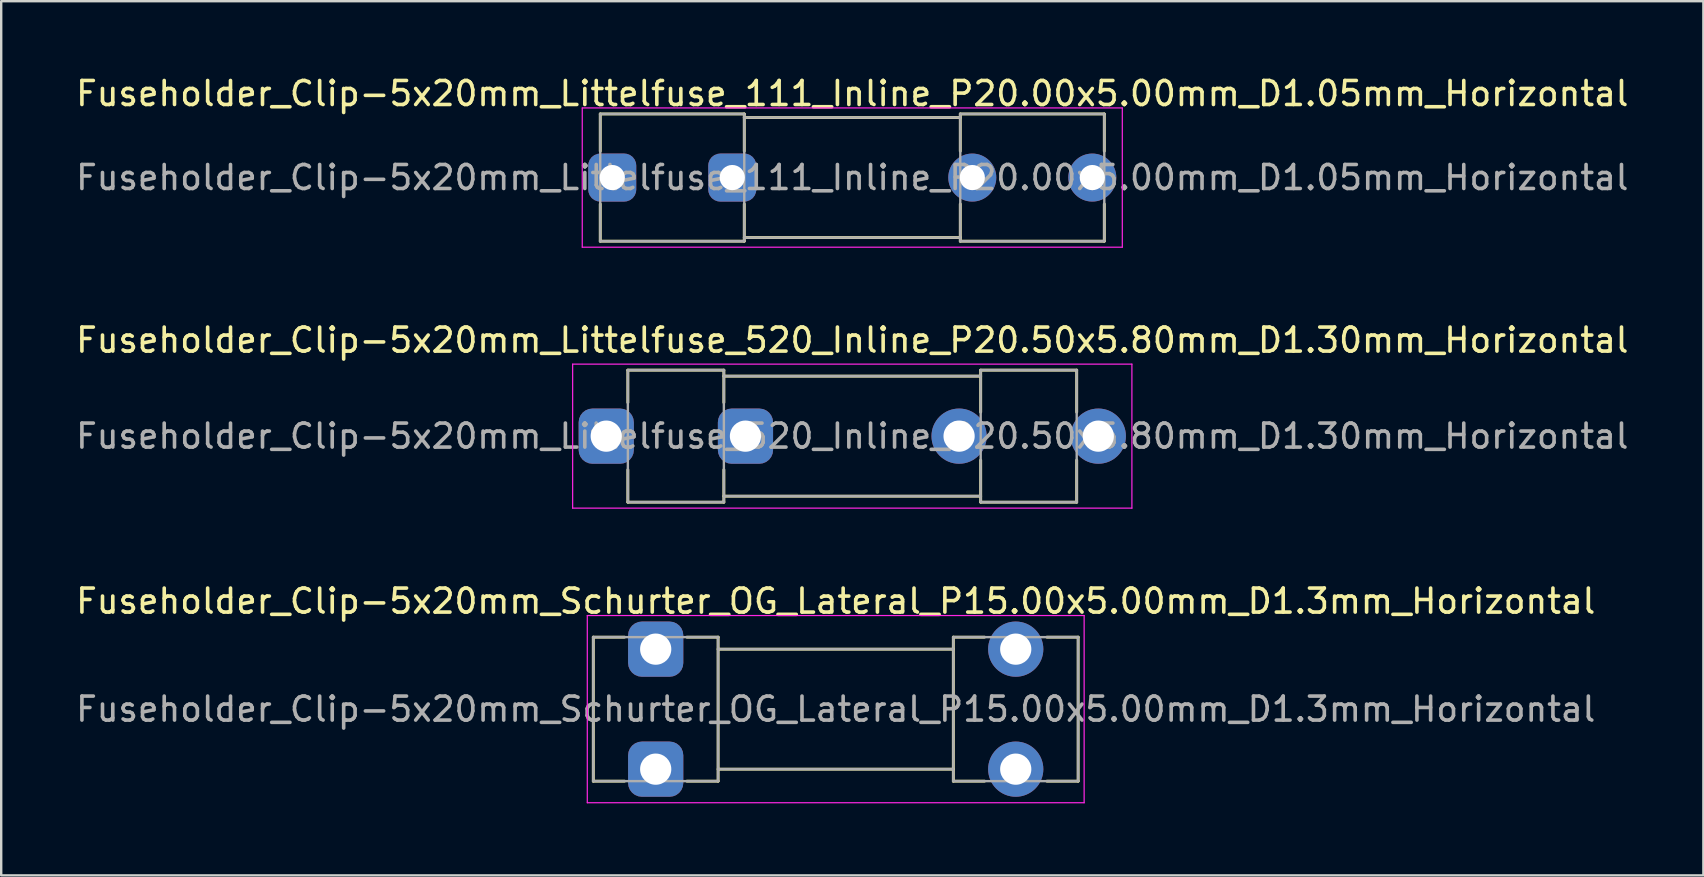
<source format=kicad_pcb>
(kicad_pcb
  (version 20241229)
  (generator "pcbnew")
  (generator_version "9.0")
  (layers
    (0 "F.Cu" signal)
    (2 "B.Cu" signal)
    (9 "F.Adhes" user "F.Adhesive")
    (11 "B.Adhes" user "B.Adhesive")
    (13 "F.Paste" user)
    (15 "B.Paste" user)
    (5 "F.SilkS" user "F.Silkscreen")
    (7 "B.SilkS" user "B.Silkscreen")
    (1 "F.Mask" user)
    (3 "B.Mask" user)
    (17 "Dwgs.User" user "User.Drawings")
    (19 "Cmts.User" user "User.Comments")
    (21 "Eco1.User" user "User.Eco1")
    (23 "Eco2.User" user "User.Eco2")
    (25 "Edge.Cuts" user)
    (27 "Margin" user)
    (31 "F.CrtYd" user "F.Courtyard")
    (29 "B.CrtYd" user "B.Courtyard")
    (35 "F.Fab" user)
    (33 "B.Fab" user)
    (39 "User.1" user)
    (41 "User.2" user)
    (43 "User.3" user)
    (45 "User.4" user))
  (footprint "Fuseholder_Clip-5x20mm_Littelfuse_111_Inline_P20.00x5.00mm_D1.05mm_Horizontal"
    (layer "F.Cu")
    (at 22.458 4.348)
    (property "Reference" "Fuseholder_Clip-5x20mm_Littelfuse_111_Inline_P20.00x5.00mm_D1.05mm_Horizontal" (at 10 -3.5 0) (layer "F.SilkS") (effects (font (size 1 1) (thickness 0.15))))
    (attr through_hole)
    (fp_line (start -0.5 -2.65) (end -0.5 -1.1) (stroke (width 0.12) (type solid)) (layer "F.SilkS"))
    (fp_line (start -0.5 2.65) (end -0.5 1.1) (stroke (width 0.12) (type solid)) (layer "F.SilkS"))
    (fp_line (start 5.5 -2.65) (end -0.5 -2.65) (stroke (width 0.12) (type solid)) (layer "F.SilkS"))
    (fp_line (start 5.5 -2.65) (end 5.5 -1.1) (stroke (width 0.12) (type solid)) (layer "F.SilkS"))
    (fp_line (start 5.5 2.65) (end -0.5 2.65) (stroke (width 0.12) (type solid)) (layer "F.SilkS"))
    (fp_line (start 5.5 2.65) (end 5.5 1.1) (stroke (width 0.12) (type solid)) (layer "F.SilkS"))
    (fp_line (start 14.5 -2.65) (end 14.5 -1.1) (stroke (width 0.12) (type solid)) (layer "F.SilkS"))
    (fp_line (start 14.5 -2.5) (end 5.5 -2.5) (stroke (width 0.12) (type solid)) (layer "F.SilkS"))
    (fp_line (start 14.5 2.5) (end 5.5 2.5) (stroke (width 0.12) (type solid)) (layer "F.SilkS"))
    (fp_line (start 14.5 2.65) (end 14.5 1.1) (stroke (width 0.12) (type solid)) (layer "F.SilkS"))
    (fp_line (start 14.5 2.65) (end 20.5 2.65) (stroke (width 0.12) (type solid)) (layer "F.SilkS"))
    (fp_line (start 20.5 -2.65) (end 14.5 -2.65) (stroke (width 0.12) (type solid)) (layer "F.SilkS"))
    (fp_line (start 20.5 -1.1) (end 20.5 -2.65) (stroke (width 0.12) (type solid)) (layer "F.SilkS"))
    (fp_line (start 20.5 1.1) (end 20.5 2.65) (stroke (width 0.12) (type solid)) (layer "F.SilkS"))
    (fp_line (start -1.25 -2.9) (end -1.25 2.9) (stroke (width 0.05) (type solid)) (layer "F.CrtYd"))
    (fp_line (start -1.25 -2.9) (end 21.25 -2.9) (stroke (width 0.05) (type solid)) (layer "F.CrtYd"))
    (fp_line (start 21.25 2.9) (end -1.25 2.9) (stroke (width 0.05) (type solid)) (layer "F.CrtYd"))
    (fp_line (start 21.25 2.9) (end 21.25 -2.9) (stroke (width 0.05) (type solid)) (layer "F.CrtYd"))
    (fp_line (start -0.5 -2.65) (end 5.5 -2.65) (stroke (width 0.1) (type solid)) (layer "F.Fab"))
    (fp_line (start -0.5 2.65) (end -0.5 -2.65) (stroke (width 0.1) (type solid)) (layer "F.Fab"))
    (fp_line (start 5.5 -2.65) (end 5.5 2.65) (stroke (width 0.1) (type solid)) (layer "F.Fab"))
    (fp_line (start 5.5 -2.5) (end 14.5 -2.5) (stroke (width 0.1) (type solid)) (layer "F.Fab"))
    (fp_line (start 5.5 2.65) (end -0.5 2.65) (stroke (width 0.1) (type solid)) (layer "F.Fab"))
    (fp_line (start 14.5 -2.65) (end 14.5 2.65) (stroke (width 0.1) (type solid)) (layer "F.Fab"))
    (fp_line (start 14.5 2.5) (end 5.5 2.5) (stroke (width 0.1) (type solid)) (layer "F.Fab"))
    (fp_line (start 14.5 2.65) (end 20.5 2.65) (stroke (width 0.1) (type solid)) (layer "F.Fab"))
    (fp_line (start 20.5 -2.65) (end 14.5 -2.65) (stroke (width 0.1) (type solid)) (layer "F.Fab"))
    (fp_line (start 20.5 2.65) (end 20.5 -2.65) (stroke (width 0.1) (type solid)) (layer "F.Fab"))
    (fp_text user "${REFERENCE}" (at 10 0 0) (layer "F.Fab") (effects (font (size 1 1) (thickness 0.15))))
    (pad "1" thru_hole roundrect (at 0 0) (size 2 2) (drill 1.05) (layers "*.Cu" "*.Mask") (roundrect_rratio 0.25))
    (pad "1" thru_hole roundrect (at 5 0) (size 2 2) (drill 1.05) (layers "*.Cu" "*.Mask") (roundrect_rratio 0.25))
    (pad "2" thru_hole circle (at 15 0) (size 2 2) (drill 1.05) (layers "*.Cu" "*.Mask"))
    (pad "2" thru_hole circle (at 20 0) (size 2 2) (drill 1.05) (layers "*.Cu" "*.Mask")))
  (footprint "Fuseholder_Clip-5x20mm_Schurter_OG_Lateral_P15.00x5.00mm_D1.3mm_Horizontal"
    (layer "F.Cu")
    (at 24.268 23.995)
    (property "Reference" "Fuseholder_Clip-5x20mm_Schurter_OG_Lateral_P15.00x5.00mm_D1.3mm_Horizontal" (at 7.5 -2 0) (layer "F.SilkS") (effects (font (size 1 1) (thickness 0.15))))
    (attr through_hole)
    (fp_line (start -2.6 5.5) (end -2.6 -0.5) (stroke (width 0.12) (type solid)) (layer "F.SilkS"))
    (fp_line (start -1.3 -0.5) (end -2.6 -0.5) (stroke (width 0.12) (type solid)) (layer "F.SilkS"))
    (fp_line (start -1.3 5.5) (end -2.6 5.5) (stroke (width 0.12) (type solid)) (layer "F.SilkS"))
    (fp_line (start 2.6 -0.5) (end 1.3 -0.5) (stroke (width 0.12) (type solid)) (layer "F.SilkS"))
    (fp_line (start 2.6 -0.5) (end 2.6 5.5) (stroke (width 0.12) (type solid)) (layer "F.SilkS"))
    (fp_line (start 2.6 5.5) (end 1.3 5.5) (stroke (width 0.12) (type solid)) (layer "F.SilkS"))
    (fp_line (start 12.4 -0.5) (end 12.4 5.5) (stroke (width 0.12) (type solid)) (layer "F.SilkS"))
    (fp_line (start 12.4 0) (end 2.6 0) (stroke (width 0.12) (type solid)) (layer "F.SilkS"))
    (fp_line (start 12.4 5) (end 2.6 5) (stroke (width 0.12) (type solid)) (layer "F.SilkS"))
    (fp_line (start 13.7 -0.5) (end 12.4 -0.5) (stroke (width 0.12) (type solid)) (layer "F.SilkS"))
    (fp_line (start 13.7 5.5) (end 12.4 5.5) (stroke (width 0.12) (type solid)) (layer "F.SilkS"))
    (fp_line (start 16.3 -0.5) (end 17.6 -0.5) (stroke (width 0.12) (type solid)) (layer "F.SilkS"))
    (fp_line (start 16.3 5.5) (end 17.6 5.5) (stroke (width 0.12) (type solid)) (layer "F.SilkS"))
    (fp_line (start 17.6 -0.5) (end 17.6 5.5) (stroke (width 0.12) (type solid)) (layer "F.SilkS"))
    (fp_line (start -2.85 -1.4) (end -2.85 6.4) (stroke (width 0.05) (type solid)) (layer "F.CrtYd"))
    (fp_line (start -2.85 -1.4) (end 17.85 -1.4) (stroke (width 0.05) (type solid)) (layer "F.CrtYd"))
    (fp_line (start 17.85 6.4) (end -2.85 6.4) (stroke (width 0.05) (type solid)) (layer "F.CrtYd"))
    (fp_line (start 17.85 6.4) (end 17.85 -1.4) (stroke (width 0.05) (type solid)) (layer "F.CrtYd"))
    (fp_line (start -2.6 -0.5) (end 2.6 -0.5) (stroke (width 0.1) (type solid)) (layer "F.Fab"))
    (fp_line (start -2.6 5.5) (end -2.6 -0.5) (stroke (width 0.1) (type solid)) (layer "F.Fab"))
    (fp_line (start 2.6 -0.5) (end 2.6 5.5) (stroke (width 0.1) (type solid)) (layer "F.Fab"))
    (fp_line (start 2.6 0) (end 12.4 0) (stroke (width 0.1) (type solid)) (layer "F.Fab"))
    (fp_line (start 2.6 5.5) (end -2.6 5.5) (stroke (width 0.1) (type solid)) (layer "F.Fab"))
    (fp_line (start 12.4 -0.5) (end 12.4 5.5) (stroke (width 0.1) (type solid)) (layer "F.Fab"))
    (fp_line (start 12.4 5) (end 2.6 5) (stroke (width 0.1) (type solid)) (layer "F.Fab"))
    (fp_line (start 12.4 5.5) (end 17.6 5.5) (stroke (width 0.1) (type solid)) (layer "F.Fab"))
    (fp_line (start 17.6 -0.5) (end 12.4 -0.5) (stroke (width 0.1) (type solid)) (layer "F.Fab"))
    (fp_line (start 17.6 5.5) (end 17.6 -0.5) (stroke (width 0.1) (type solid)) (layer "F.Fab"))
    (fp_text user "${REFERENCE}" (at 7.5 2.5 0) (layer "F.Fab") (effects (font (size 1 1) (thickness 0.15))))
    (pad "1" thru_hole roundrect (at 0 0) (size 2.3 2.3) (drill 1.3) (layers "*.Cu" "*.Mask") (roundrect_rratio 0.25))
    (pad "1" thru_hole roundrect (at 0 5) (size 2.3 2.3) (drill 1.3) (layers "*.Cu" "*.Mask") (roundrect_rratio 0.25))
    (pad "2" thru_hole circle (at 15 0) (size 2.3 2.3) (drill 1.3) (layers "*.Cu" "*.Mask"))
    (pad "2" thru_hole circle (at 15 5) (size 2.3 2.3) (drill 1.3) (layers "*.Cu" "*.Mask")))
  (footprint "Fuseholder_Clip-5x20mm_Littelfuse_520_Inline_P20.50x5.80mm_D1.30mm_Horizontal"
    (layer "F.Cu")
    (at 22.208 15.121)
    (property "Reference" "Fuseholder_Clip-5x20mm_Littelfuse_520_Inline_P20.50x5.80mm_D1.30mm_Horizontal" (at 10.25 -4 0) (layer "F.SilkS") (effects (font (size 1 1) (thickness 0.15))))
    (attr through_hole)
    (fp_line (start 0.9 -2.75) (end 0.9 -1.4) (stroke (width 0.12) (type solid)) (layer "F.SilkS"))
    (fp_line (start 0.9 2.75) (end 0.9 1.4) (stroke (width 0.12) (type solid)) (layer "F.SilkS"))
    (fp_line (start 4.9 -2.75) (end 0.9 -2.75) (stroke (width 0.12) (type solid)) (layer "F.SilkS"))
    (fp_line (start 4.9 -2.75) (end 4.9 -1.4) (stroke (width 0.12) (type solid)) (layer "F.SilkS"))
    (fp_line (start 4.9 2.75) (end 0.9 2.75) (stroke (width 0.12) (type solid)) (layer "F.SilkS"))
    (fp_line (start 4.9 2.75) (end 4.9 1.4) (stroke (width 0.12) (type solid)) (layer "F.SilkS"))
    (fp_line (start 15.6 -2.75) (end 15.6 -1) (stroke (width 0.12) (type solid)) (layer "F.SilkS"))
    (fp_line (start 15.6 -2.5) (end 4.9 -2.5) (stroke (width 0.12) (type solid)) (layer "F.SilkS"))
    (fp_line (start 15.6 2.5) (end 4.9 2.5) (stroke (width 0.12) (type solid)) (layer "F.SilkS"))
    (fp_line (start 15.6 2.75) (end 15.6 1) (stroke (width 0.12) (type solid)) (layer "F.SilkS"))
    (fp_line (start 15.6 2.75) (end 19.6 2.75) (stroke (width 0.12) (type solid)) (layer "F.SilkS"))
    (fp_line (start 19.6 -2.75) (end 15.6 -2.75) (stroke (width 0.12) (type solid)) (layer "F.SilkS"))
    (fp_line (start 19.6 -1) (end 19.6 -2.75) (stroke (width 0.12) (type solid)) (layer "F.SilkS"))
    (fp_line (start 19.6 1) (end 19.6 2.75) (stroke (width 0.12) (type solid)) (layer "F.SilkS"))
    (fp_line (start -1.4 -3) (end -1.4 3) (stroke (width 0.05) (type solid)) (layer "F.CrtYd"))
    (fp_line (start -1.4 -3) (end 21.9 -3) (stroke (width 0.05) (type solid)) (layer "F.CrtYd"))
    (fp_line (start 21.9 3) (end -1.4 3) (stroke (width 0.05) (type solid)) (layer "F.CrtYd"))
    (fp_line (start 21.9 3) (end 21.9 -3) (stroke (width 0.05) (type solid)) (layer "F.CrtYd"))
    (fp_line (start 0.9 -2.75) (end 4.9 -2.75) (stroke (width 0.1) (type solid)) (layer "F.Fab"))
    (fp_line (start 0.9 2.75) (end 0.9 -2.75) (stroke (width 0.1) (type solid)) (layer "F.Fab"))
    (fp_line (start 4.9 -2.75) (end 4.9 2.75) (stroke (width 0.1) (type solid)) (layer "F.Fab"))
    (fp_line (start 4.9 -2.5) (end 15.6 -2.5) (stroke (width 0.1) (type solid)) (layer "F.Fab"))
    (fp_line (start 4.9 2.75) (end 0.9 2.75) (stroke (width 0.1) (type solid)) (layer "F.Fab"))
    (fp_line (start 15.6 -2.75) (end 15.6 2.75) (stroke (width 0.1) (type solid)) (layer "F.Fab"))
    (fp_line (start 15.6 2.5) (end 4.9 2.5) (stroke (width 0.1) (type solid)) (layer "F.Fab"))
    (fp_line (start 15.6 2.75) (end 19.6 2.75) (stroke (width 0.1) (type solid)) (layer "F.Fab"))
    (fp_line (start 19.6 -2.75) (end 15.6 -2.75) (stroke (width 0.1) (type solid)) (layer "F.Fab"))
    (fp_line (start 19.6 2.75) (end 19.6 -2.75) (stroke (width 0.1) (type solid)) (layer "F.Fab"))
    (fp_text user "${REFERENCE}" (at 10.25 0 0) (layer "F.Fab") (effects (font (size 1 1) (thickness 0.15))))
    (pad "1" thru_hole roundrect (at 0 0) (size 2.3 2.3) (drill 1.3) (layers "*.Cu" "*.Mask") (roundrect_rratio 0.25))
    (pad "1" thru_hole roundrect (at 5.8 0) (size 2.3 2.3) (drill 1.3) (layers "*.Cu" "*.Mask") (roundrect_rratio 0.25))
    (pad "2" thru_hole circle (at 14.7 0) (size 2.3 2.3) (drill 1.3) (layers "*.Cu" "*.Mask"))
    (pad "2" thru_hole circle (at 20.5 0) (size 2.3 2.3) (drill 1.3) (layers "*.Cu" "*.Mask")))
  (gr_rect
    (start -3 -3)
    (end 67.917 33.42)
    (stroke (width 0.1) (type default))
    (fill no)
    (layer "Edge.Cuts")))
</source>
